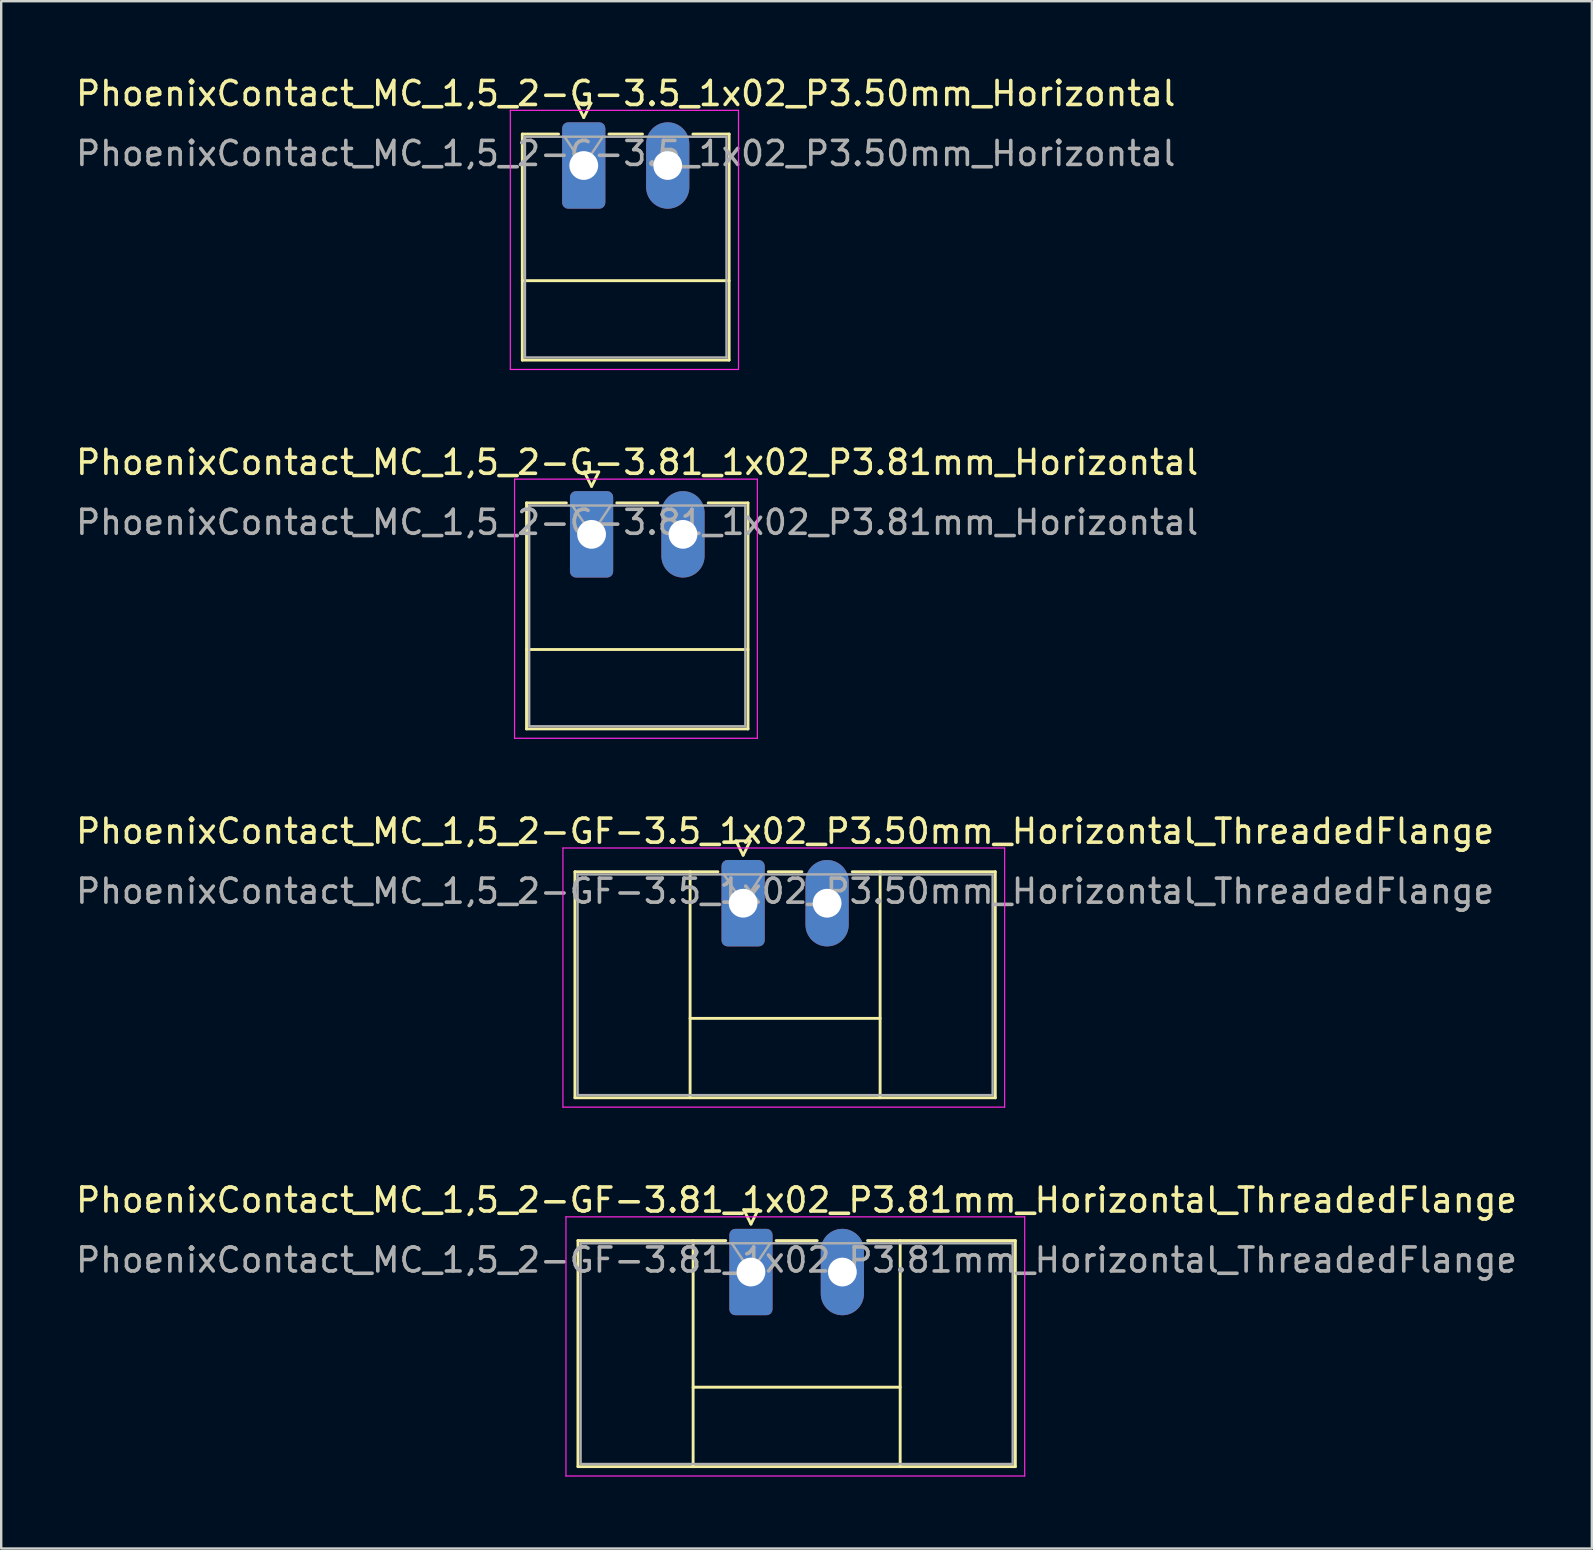
<source format=kicad_pcb>
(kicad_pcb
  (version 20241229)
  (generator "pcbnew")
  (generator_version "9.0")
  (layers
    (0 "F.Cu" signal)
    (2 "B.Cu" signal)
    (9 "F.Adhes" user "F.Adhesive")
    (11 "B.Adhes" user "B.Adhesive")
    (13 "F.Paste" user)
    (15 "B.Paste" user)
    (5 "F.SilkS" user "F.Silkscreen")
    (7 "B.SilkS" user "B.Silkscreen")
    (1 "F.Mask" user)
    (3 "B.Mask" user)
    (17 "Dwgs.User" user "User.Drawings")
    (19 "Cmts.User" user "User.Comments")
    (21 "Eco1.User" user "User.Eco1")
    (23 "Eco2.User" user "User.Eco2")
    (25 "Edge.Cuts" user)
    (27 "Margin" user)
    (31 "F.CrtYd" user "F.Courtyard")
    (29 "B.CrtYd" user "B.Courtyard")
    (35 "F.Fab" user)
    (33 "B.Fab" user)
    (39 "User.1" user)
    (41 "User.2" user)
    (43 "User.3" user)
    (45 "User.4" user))
  (footprint "PhoenixContact_MC_1,5_2-G-3.81_1x02_P3.81mm_Horizontal"
    (layer "F.Cu")
    (at 21.606 19.221)
    (property "Reference" "PhoenixContact_MC_1,5_2-G-3.81_1x02_P3.81mm_Horizontal" (at 1.9 -3 0) (layer "F.SilkS") (effects (font (size 1 1) (thickness 0.15))))
    (attr through_hole)
    (fp_line (start -2.71 -1.31) (end -2.71 8.11) (stroke (width 0.12) (type solid)) (layer "F.SilkS"))
    (fp_line (start -2.71 -1.31) (end -1.05 -1.31) (stroke (width 0.12) (type solid)) (layer "F.SilkS"))
    (fp_line (start -2.71 4.8) (end 6.52 4.8) (stroke (width 0.12) (type solid)) (layer "F.SilkS"))
    (fp_line (start -2.71 8.11) (end 6.52 8.11) (stroke (width 0.12) (type solid)) (layer "F.SilkS"))
    (fp_line (start -0.3 -2.6) (end 0.3 -2.6) (stroke (width 0.12) (type solid)) (layer "F.SilkS"))
    (fp_line (start 0 -2) (end -0.3 -2.6) (stroke (width 0.12) (type solid)) (layer "F.SilkS"))
    (fp_line (start 0.3 -2.6) (end 0 -2) (stroke (width 0.12) (type solid)) (layer "F.SilkS"))
    (fp_line (start 1.05 -1.31) (end 2.76 -1.31) (stroke (width 0.12) (type solid)) (layer "F.SilkS"))
    (fp_line (start 6.52 -1.31) (end 4.86 -1.31) (stroke (width 0.12) (type solid)) (layer "F.SilkS"))
    (fp_line (start 6.52 8.11) (end 6.52 -1.31) (stroke (width 0.12) (type solid)) (layer "F.SilkS"))
    (fp_line (start -3.21 -2.3) (end -3.21 8.5) (stroke (width 0.05) (type solid)) (layer "F.CrtYd"))
    (fp_line (start -3.21 8.5) (end 6.91 8.5) (stroke (width 0.05) (type solid)) (layer "F.CrtYd"))
    (fp_line (start 6.91 -2.3) (end -3.21 -2.3) (stroke (width 0.05) (type solid)) (layer "F.CrtYd"))
    (fp_line (start 6.91 8.5) (end 6.91 -2.3) (stroke (width 0.05) (type solid)) (layer "F.CrtYd"))
    (fp_line (start -2.6 -1.2) (end -2.6 8) (stroke (width 0.1) (type solid)) (layer "F.Fab"))
    (fp_line (start -2.6 8) (end 6.41 8) (stroke (width 0.1) (type solid)) (layer "F.Fab"))
    (fp_line (start 0 0) (end -0.8 -1.2) (stroke (width 0.1) (type solid)) (layer "F.Fab"))
    (fp_line (start 0.8 -1.2) (end 0 0) (stroke (width 0.1) (type solid)) (layer "F.Fab"))
    (fp_line (start 6.41 -1.2) (end -2.6 -1.2) (stroke (width 0.1) (type solid)) (layer "F.Fab"))
    (fp_line (start 6.41 8) (end 6.41 -1.2) (stroke (width 0.1) (type solid)) (layer "F.Fab"))
    (fp_text user "${REFERENCE}" (at 1.9 -0.5 0) (layer "F.Fab") (effects (font (size 1 1) (thickness 0.15))))
    (pad "1" thru_hole roundrect (at 0 0) (size 1.8 3.6) (drill 1.2) (layers "*.Cu" "*.Mask") (roundrect_rratio 0.139))
    (pad "2" thru_hole oval (at 3.81 0) (size 1.8 3.6) (drill 1.2) (layers "*.Cu" "*.Mask")))
  (footprint "PhoenixContact_MC_1,5_2-G-3.5_1x02_P3.50mm_Horizontal"
    (layer "F.Cu")
    (at 21.28 3.848)
    (property "Reference" "PhoenixContact_MC_1,5_2-G-3.5_1x02_P3.50mm_Horizontal" (at 1.75 -3 0) (layer "F.SilkS") (effects (font (size 1 1) (thickness 0.15))))
    (attr through_hole)
    (fp_line (start -2.56 -1.31) (end -2.56 8.11) (stroke (width 0.12) (type solid)) (layer "F.SilkS"))
    (fp_line (start -2.56 -1.31) (end -1.05 -1.31) (stroke (width 0.12) (type solid)) (layer "F.SilkS"))
    (fp_line (start -2.56 4.8) (end 6.06 4.8) (stroke (width 0.12) (type solid)) (layer "F.SilkS"))
    (fp_line (start -2.56 8.11) (end 6.06 8.11) (stroke (width 0.12) (type solid)) (layer "F.SilkS"))
    (fp_line (start -0.3 -2.6) (end 0.3 -2.6) (stroke (width 0.12) (type solid)) (layer "F.SilkS"))
    (fp_line (start 0 -2) (end -0.3 -2.6) (stroke (width 0.12) (type solid)) (layer "F.SilkS"))
    (fp_line (start 0.3 -2.6) (end 0 -2) (stroke (width 0.12) (type solid)) (layer "F.SilkS"))
    (fp_line (start 1.05 -1.31) (end 2.45 -1.31) (stroke (width 0.12) (type solid)) (layer "F.SilkS"))
    (fp_line (start 6.06 -1.31) (end 4.55 -1.31) (stroke (width 0.12) (type solid)) (layer "F.SilkS"))
    (fp_line (start 6.06 8.11) (end 6.06 -1.31) (stroke (width 0.12) (type solid)) (layer "F.SilkS"))
    (fp_line (start -3.06 -2.3) (end -3.06 8.5) (stroke (width 0.05) (type solid)) (layer "F.CrtYd"))
    (fp_line (start -3.06 8.5) (end 6.45 8.5) (stroke (width 0.05) (type solid)) (layer "F.CrtYd"))
    (fp_line (start 6.45 -2.3) (end -3.06 -2.3) (stroke (width 0.05) (type solid)) (layer "F.CrtYd"))
    (fp_line (start 6.45 8.5) (end 6.45 -2.3) (stroke (width 0.05) (type solid)) (layer "F.CrtYd"))
    (fp_line (start -2.45 -1.2) (end -2.45 8) (stroke (width 0.1) (type solid)) (layer "F.Fab"))
    (fp_line (start -2.45 8) (end 5.95 8) (stroke (width 0.1) (type solid)) (layer "F.Fab"))
    (fp_line (start 0 0) (end -0.8 -1.2) (stroke (width 0.1) (type solid)) (layer "F.Fab"))
    (fp_line (start 0.8 -1.2) (end 0 0) (stroke (width 0.1) (type solid)) (layer "F.Fab"))
    (fp_line (start 5.95 -1.2) (end -2.45 -1.2) (stroke (width 0.1) (type solid)) (layer "F.Fab"))
    (fp_line (start 5.95 8) (end 5.95 -1.2) (stroke (width 0.1) (type solid)) (layer "F.Fab"))
    (fp_text user "${REFERENCE}" (at 1.75 -0.5 0) (layer "F.Fab") (effects (font (size 1 1) (thickness 0.15))))
    (pad "1" thru_hole roundrect (at 0 0) (size 1.8 3.6) (drill 1.2) (layers "*.Cu" "*.Mask") (roundrect_rratio 0.139))
    (pad "2" thru_hole oval (at 3.5 0) (size 1.8 3.6) (drill 1.2) (layers "*.Cu" "*.Mask")))
  (footprint "PhoenixContact_MC_1,5_2-GF-3.5_1x02_P3.50mm_Horizontal_ThreadedFlange"
    (layer "F.Cu")
    (at 27.923 34.595)
    (property "Reference" "PhoenixContact_MC_1,5_2-GF-3.5_1x02_P3.50mm_Horizontal_ThreadedFlange" (at 1.75 -3 0) (layer "F.SilkS") (effects (font (size 1 1) (thickness 0.15))))
    (attr through_hole)
    (fp_line (start -7.01 -1.31) (end -7.01 8.11) (stroke (width 0.12) (type solid)) (layer "F.SilkS"))
    (fp_line (start -7.01 -1.31) (end -1.05 -1.31) (stroke (width 0.12) (type solid)) (layer "F.SilkS"))
    (fp_line (start -7.01 8.11) (end 10.51 8.11) (stroke (width 0.12) (type solid)) (layer "F.SilkS"))
    (fp_line (start -2.21 -1.31) (end -2.21 8.11) (stroke (width 0.12) (type solid)) (layer "F.SilkS"))
    (fp_line (start -2.21 4.8) (end 5.71 4.8) (stroke (width 0.12) (type solid)) (layer "F.SilkS"))
    (fp_line (start -0.3 -2.6) (end 0.3 -2.6) (stroke (width 0.12) (type solid)) (layer "F.SilkS"))
    (fp_line (start 0 -2) (end -0.3 -2.6) (stroke (width 0.12) (type solid)) (layer "F.SilkS"))
    (fp_line (start 0.3 -2.6) (end 0 -2) (stroke (width 0.12) (type solid)) (layer "F.SilkS"))
    (fp_line (start 1.05 -1.31) (end 2.45 -1.31) (stroke (width 0.12) (type solid)) (layer "F.SilkS"))
    (fp_line (start 5.71 -1.31) (end 5.71 8.11) (stroke (width 0.12) (type solid)) (layer "F.SilkS"))
    (fp_line (start 10.51 -1.31) (end 4.55 -1.31) (stroke (width 0.12) (type solid)) (layer "F.SilkS"))
    (fp_line (start 10.51 8.11) (end 10.51 -1.31) (stroke (width 0.12) (type solid)) (layer "F.SilkS"))
    (fp_line (start -7.51 -2.3) (end -7.51 8.5) (stroke (width 0.05) (type solid)) (layer "F.CrtYd"))
    (fp_line (start -7.51 8.5) (end 10.9 8.5) (stroke (width 0.05) (type solid)) (layer "F.CrtYd"))
    (fp_line (start 10.9 -2.3) (end -7.51 -2.3) (stroke (width 0.05) (type solid)) (layer "F.CrtYd"))
    (fp_line (start 10.9 8.5) (end 10.9 -2.3) (stroke (width 0.05) (type solid)) (layer "F.CrtYd"))
    (fp_line (start -6.9 -1.2) (end -6.9 8) (stroke (width 0.1) (type solid)) (layer "F.Fab"))
    (fp_line (start -6.9 8) (end 10.4 8) (stroke (width 0.1) (type solid)) (layer "F.Fab"))
    (fp_line (start 0 0) (end -0.8 -1.2) (stroke (width 0.1) (type solid)) (layer "F.Fab"))
    (fp_line (start 0.8 -1.2) (end 0 0) (stroke (width 0.1) (type solid)) (layer "F.Fab"))
    (fp_line (start 10.4 -1.2) (end -6.9 -1.2) (stroke (width 0.1) (type solid)) (layer "F.Fab"))
    (fp_line (start 10.4 8) (end 10.4 -1.2) (stroke (width 0.1) (type solid)) (layer "F.Fab"))
    (fp_text user "${REFERENCE}" (at 1.75 -0.5 0) (layer "F.Fab") (effects (font (size 1 1) (thickness 0.15))))
    (pad "1" thru_hole roundrect (at 0 0) (size 1.8 3.6) (drill 1.2) (layers "*.Cu" "*.Mask") (roundrect_rratio 0.139))
    (pad "2" thru_hole oval (at 3.5 0) (size 1.8 3.6) (drill 1.2) (layers "*.Cu" "*.Mask")))
  (footprint "PhoenixContact_MC_1,5_2-GF-3.81_1x02_P3.81mm_Horizontal_ThreadedFlange"
    (layer "F.Cu")
    (at 28.249 49.968)
    (property "Reference" "PhoenixContact_MC_1,5_2-GF-3.81_1x02_P3.81mm_Horizontal_ThreadedFlange" (at 1.9 -3 0) (layer "F.SilkS") (effects (font (size 1 1) (thickness 0.15))))
    (attr through_hole)
    (fp_line (start -7.21 -1.31) (end -7.21 8.11) (stroke (width 0.12) (type solid)) (layer "F.SilkS"))
    (fp_line (start -7.21 -1.31) (end -1.05 -1.31) (stroke (width 0.12) (type solid)) (layer "F.SilkS"))
    (fp_line (start -7.21 8.11) (end 11.02 8.11) (stroke (width 0.12) (type solid)) (layer "F.SilkS"))
    (fp_line (start -2.41 -1.31) (end -2.41 8.11) (stroke (width 0.12) (type solid)) (layer "F.SilkS"))
    (fp_line (start -2.41 4.8) (end 6.22 4.8) (stroke (width 0.12) (type solid)) (layer "F.SilkS"))
    (fp_line (start -0.3 -2.6) (end 0.3 -2.6) (stroke (width 0.12) (type solid)) (layer "F.SilkS"))
    (fp_line (start 0 -2) (end -0.3 -2.6) (stroke (width 0.12) (type solid)) (layer "F.SilkS"))
    (fp_line (start 0.3 -2.6) (end 0 -2) (stroke (width 0.12) (type solid)) (layer "F.SilkS"))
    (fp_line (start 1.05 -1.31) (end 2.76 -1.31) (stroke (width 0.12) (type solid)) (layer "F.SilkS"))
    (fp_line (start 6.22 -1.31) (end 6.22 8.11) (stroke (width 0.12) (type solid)) (layer "F.SilkS"))
    (fp_line (start 11.02 -1.31) (end 4.86 -1.31) (stroke (width 0.12) (type solid)) (layer "F.SilkS"))
    (fp_line (start 11.02 8.11) (end 11.02 -1.31) (stroke (width 0.12) (type solid)) (layer "F.SilkS"))
    (fp_line (start -7.71 -2.3) (end -7.71 8.5) (stroke (width 0.05) (type solid)) (layer "F.CrtYd"))
    (fp_line (start -7.71 8.5) (end 11.41 8.5) (stroke (width 0.05) (type solid)) (layer "F.CrtYd"))
    (fp_line (start 11.41 -2.3) (end -7.71 -2.3) (stroke (width 0.05) (type solid)) (layer "F.CrtYd"))
    (fp_line (start 11.41 8.5) (end 11.41 -2.3) (stroke (width 0.05) (type solid)) (layer "F.CrtYd"))
    (fp_line (start -7.1 -1.2) (end -7.1 8) (stroke (width 0.1) (type solid)) (layer "F.Fab"))
    (fp_line (start -7.1 8) (end 10.91 8) (stroke (width 0.1) (type solid)) (layer "F.Fab"))
    (fp_line (start 0 0) (end -0.8 -1.2) (stroke (width 0.1) (type solid)) (layer "F.Fab"))
    (fp_line (start 0.8 -1.2) (end 0 0) (stroke (width 0.1) (type solid)) (layer "F.Fab"))
    (fp_line (start 10.91 -1.2) (end -7.1 -1.2) (stroke (width 0.1) (type solid)) (layer "F.Fab"))
    (fp_line (start 10.91 8) (end 10.91 -1.2) (stroke (width 0.1) (type solid)) (layer "F.Fab"))
    (fp_text user "${REFERENCE}" (at 1.9 -0.5 0) (layer "F.Fab") (effects (font (size 1 1) (thickness 0.15))))
    (pad "1" thru_hole roundrect (at 0 0) (size 1.8 3.6) (drill 1.2) (layers "*.Cu" "*.Mask") (roundrect_rratio 0.139))
    (pad "2" thru_hole oval (at 3.81 0) (size 1.8 3.6) (drill 1.2) (layers "*.Cu" "*.Mask")))
  (gr_rect
    (start -3 -3)
    (end 63.298 61.493)
    (stroke (width 0.1) (type default))
    (fill no)
    (layer "Edge.Cuts")))
</source>
